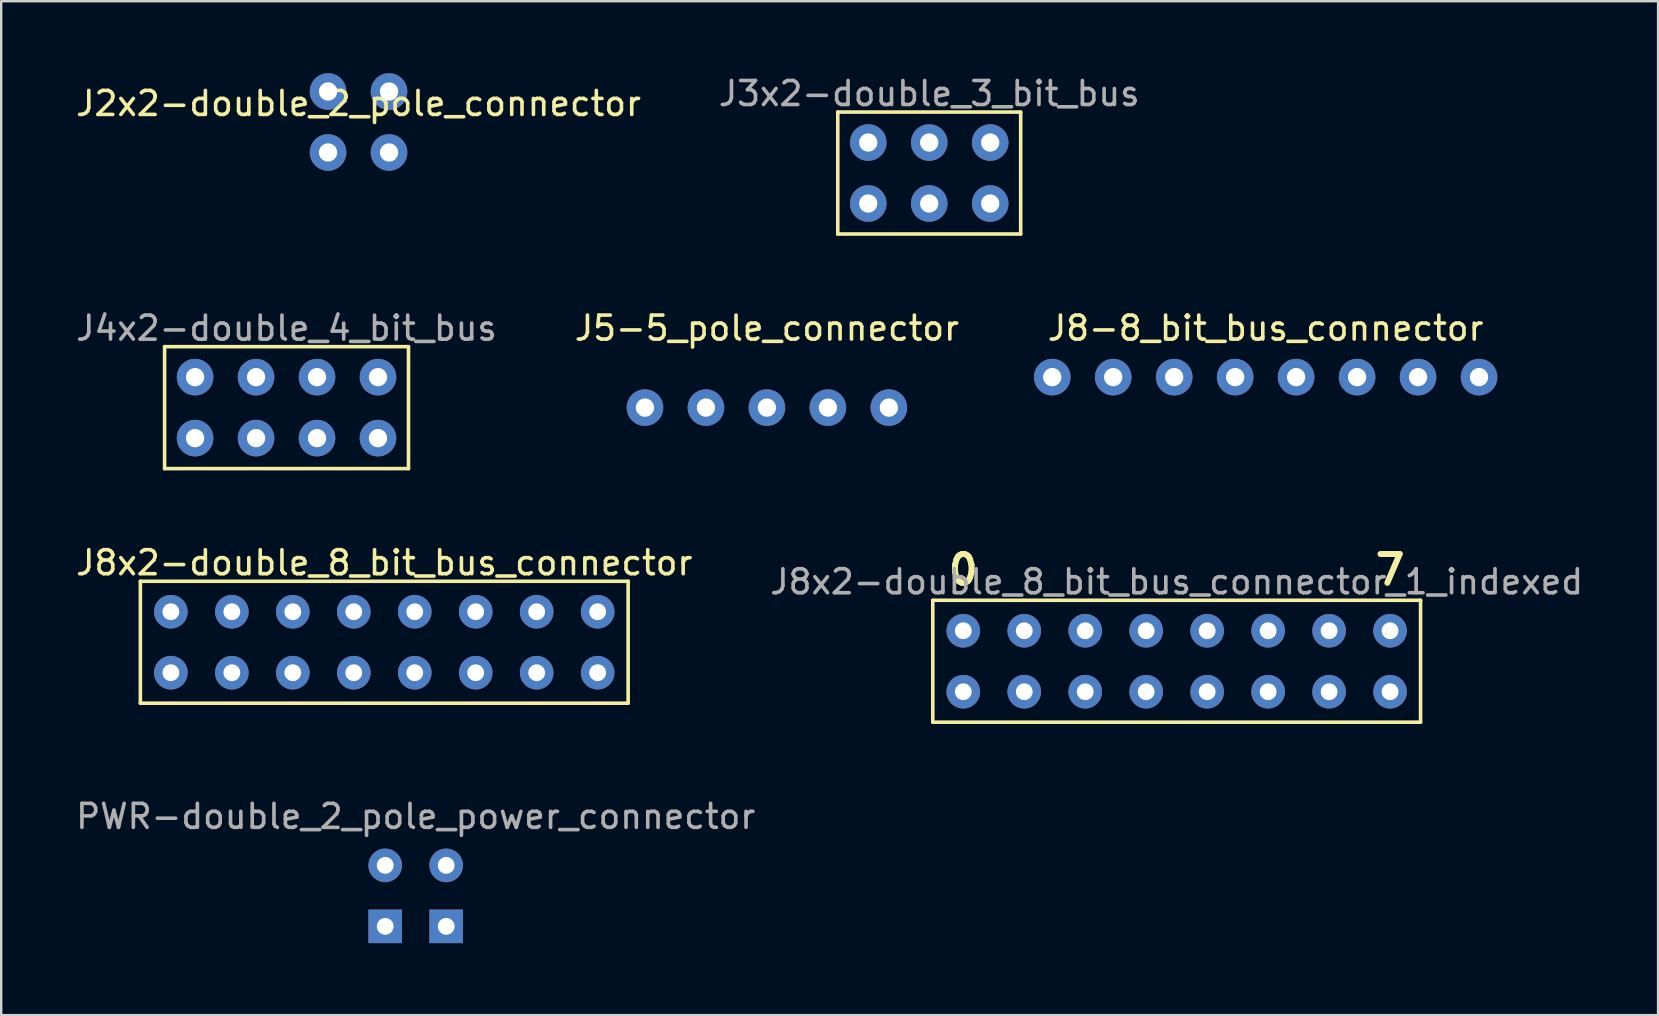
<source format=kicad_pcb>
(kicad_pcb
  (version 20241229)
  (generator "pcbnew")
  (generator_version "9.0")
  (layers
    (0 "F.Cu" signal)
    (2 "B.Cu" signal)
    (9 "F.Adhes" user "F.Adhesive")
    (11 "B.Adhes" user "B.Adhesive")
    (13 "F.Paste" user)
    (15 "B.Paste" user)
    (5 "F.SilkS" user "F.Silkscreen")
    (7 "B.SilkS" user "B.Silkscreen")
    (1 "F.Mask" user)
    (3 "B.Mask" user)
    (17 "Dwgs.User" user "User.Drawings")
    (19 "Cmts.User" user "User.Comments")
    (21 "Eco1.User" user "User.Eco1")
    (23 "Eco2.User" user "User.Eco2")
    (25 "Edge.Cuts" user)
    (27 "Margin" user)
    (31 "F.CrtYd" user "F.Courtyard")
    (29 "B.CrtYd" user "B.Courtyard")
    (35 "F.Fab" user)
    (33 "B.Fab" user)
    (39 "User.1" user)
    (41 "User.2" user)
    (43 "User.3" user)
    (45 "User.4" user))
  (footprint "PWR-double_2_pole_power_connector"
    (layer "F.Cu")
    (at 12.998 33.001)
    (property "Reference" "PWR-double_2_pole_power_connector" (at 1.27 -2.04 0) (layer "F.Fab") (effects (font (size 1 1) (thickness 0.15))))
    (attr through_hole)
    (pad "1" thru_hole rect (at 0 2.54 90) (size 1.4 1.4) (drill 0.7) (layers "*.Cu" "*.Mask"))
    (pad "1" thru_hole rect (at 2.54 2.54 90) (size 1.4 1.4) (drill 0.7) (layers "*.Cu" "*.Mask"))
    (pad "2" thru_hole circle (at 0 0 90) (size 1.4 1.4) (drill 0.7) (layers "*.Cu" "*.Mask"))
    (pad "2" thru_hole circle (at 2.54 0 90) (size 1.4 1.4) (drill 0.7) (layers "*.Cu" "*.Mask")))
  (footprint "J4x2-double_4_bit_bus"
    (layer "F.Cu")
    (at 5.077 12.662)
    (property "Reference" "J4x2-double_4_bit_bus" (at 3.81 -2.04 0) (layer "F.Fab") (effects (font (size 1 1) (thickness 0.15))))
    (attr through_hole)
    (fp_line (start -1.27 -1.27) (end 8.89 -1.27) (stroke (width 0.15) (type solid)) (layer "F.SilkS"))
    (fp_line (start -1.27 3.81) (end -1.27 -1.27) (stroke (width 0.15) (type solid)) (layer "F.SilkS"))
    (fp_line (start 8.89 -1.27) (end 8.89 3.81) (stroke (width 0.15) (type solid)) (layer "F.SilkS"))
    (fp_line (start 8.89 3.81) (end -1.27 3.81) (stroke (width 0.15) (type solid)) (layer "F.SilkS"))
    (pad "1" thru_hole circle (at 0 0) (size 1.524 1.524) (drill 0.762) (layers "*.Cu" "*.Mask"))
    (pad "1" thru_hole circle (at 0 2.54) (size 1.524 1.524) (drill 0.762) (layers "*.Cu" "*.Mask"))
    (pad "2" thru_hole circle (at 2.54 0) (size 1.524 1.524) (drill 0.762) (layers "*.Cu" "*.Mask"))
    (pad "2" thru_hole circle (at 2.54 2.54) (size 1.524 1.524) (drill 0.762) (layers "*.Cu" "*.Mask"))
    (pad "3" thru_hole circle (at 5.08 0) (size 1.524 1.524) (drill 0.762) (layers "*.Cu" "*.Mask"))
    (pad "3" thru_hole circle (at 5.08 2.54) (size 1.524 1.524) (drill 0.762) (layers "*.Cu" "*.Mask"))
    (pad "4" thru_hole circle (at 7.62 0) (size 1.524 1.524) (drill 0.762) (layers "*.Cu" "*.Mask"))
    (pad "4" thru_hole circle (at 7.62 2.54) (size 1.524 1.524) (drill 0.762) (layers "*.Cu" "*.Mask")))
  (footprint "J8x2-double_8_bit_bus_connector"
    (layer "F.Cu")
    (at 4.068 22.435)
    (property "Reference" "J8x2-double_8_bit_bus_connector" (at 8.89 -2.04 0) (layer "F.SilkS") (effects (font (size 1 1) (thickness 0.15))))
    (attr through_hole)
    (fp_line (start -1.27 -1.27) (end 19.05 -1.27) (stroke (width 0.15) (type solid)) (layer "F.SilkS"))
    (fp_line (start -1.27 3.81) (end -1.27 -1.27) (stroke (width 0.15) (type solid)) (layer "F.SilkS"))
    (fp_line (start 19.05 -1.27) (end 19.05 3.81) (stroke (width 0.15) (type solid)) (layer "F.SilkS"))
    (fp_line (start 19.05 3.81) (end -1.27 3.81) (stroke (width 0.15) (type solid)) (layer "F.SilkS"))
    (pad "0" thru_hole circle (at 0 0) (size 1.4 1.4) (drill 0.7) (layers "*.Cu" "*.Mask"))
    (pad "0" thru_hole circle (at 0 2.54) (size 1.4 1.4) (drill 0.7) (layers "*.Cu" "*.Mask"))
    (pad "1" thru_hole circle (at 2.54 0) (size 1.4 1.4) (drill 0.7) (layers "*.Cu" "*.Mask"))
    (pad "1" thru_hole circle (at 2.54 2.54) (size 1.4 1.4) (drill 0.7) (layers "*.Cu" "*.Mask"))
    (pad "2" thru_hole circle (at 5.08 0) (size 1.4 1.4) (drill 0.7) (layers "*.Cu" "*.Mask"))
    (pad "2" thru_hole circle (at 5.08 2.54) (size 1.4 1.4) (drill 0.7) (layers "*.Cu" "*.Mask"))
    (pad "3" thru_hole circle (at 7.62 0) (size 1.4 1.4) (drill 0.7) (layers "*.Cu" "*.Mask"))
    (pad "3" thru_hole circle (at 7.62 2.54) (size 1.4 1.4) (drill 0.7) (layers "*.Cu" "*.Mask"))
    (pad "4" thru_hole circle (at 10.16 0) (size 1.4 1.4) (drill 0.7) (layers "*.Cu" "*.Mask"))
    (pad "4" thru_hole circle (at 10.16 2.54) (size 1.4 1.4) (drill 0.7) (layers "*.Cu" "*.Mask"))
    (pad "5" thru_hole circle (at 12.7 0) (size 1.4 1.4) (drill 0.7) (layers "*.Cu" "*.Mask"))
    (pad "5" thru_hole circle (at 12.7 2.54) (size 1.4 1.4) (drill 0.7) (layers "*.Cu" "*.Mask"))
    (pad "6" thru_hole circle (at 15.24 0) (size 1.4 1.4) (drill 0.7) (layers "*.Cu" "*.Mask"))
    (pad "6" thru_hole circle (at 15.24 2.54) (size 1.4 1.4) (drill 0.7) (layers "*.Cu" "*.Mask"))
    (pad "7" thru_hole circle (at 17.78 0) (size 1.4 1.4) (drill 0.7) (layers "*.Cu" "*.Mask"))
    (pad "7" thru_hole circle (at 17.78 2.54) (size 1.4 1.4) (drill 0.7) (layers "*.Cu" "*.Mask")))
  (footprint "J5-5_pole_connector"
    (layer "F.Cu")
    (at 28.899 10.121)
    (property "Reference" "J5-5_pole_connector" (at 0 0.5 0) (layer "F.SilkS") (effects (font (size 1 1) (thickness 0.15))))
    (attr through_hole)
    (pad "1" thru_hole circle (at -5.08 3.81) (size 1.524 1.524) (drill 0.762) (layers "*.Cu" "*.Mask"))
    (pad "2" thru_hole circle (at -2.54 3.81) (size 1.524 1.524) (drill 0.762) (layers "*.Cu" "*.Mask"))
    (pad "3" thru_hole circle (at 0 3.81) (size 1.524 1.524) (drill 0.762) (layers "*.Cu" "*.Mask"))
    (pad "4" thru_hole circle (at 2.54 3.81) (size 1.524 1.524) (drill 0.762) (layers "*.Cu" "*.Mask"))
    (pad "5" thru_hole circle (at 5.08 3.81) (size 1.524 1.524) (drill 0.762) (layers "*.Cu" "*.Mask")))
  (footprint "J3x2-double_3_bit_bus"
    (layer "F.Cu")
    (at 33.121 2.888)
    (property "Reference" "J3x2-double_3_bit_bus" (at 2.54 -2.04 0) (layer "F.Fab") (effects (font (size 1 1) (thickness 0.15))))
    (attr through_hole)
    (fp_line (start -1.27 -1.27) (end 6.35 -1.27) (stroke (width 0.15) (type solid)) (layer "F.SilkS"))
    (fp_line (start -1.27 3.81) (end -1.27 -1.27) (stroke (width 0.15) (type solid)) (layer "F.SilkS"))
    (fp_line (start 6.35 -1.27) (end 6.35 3.81) (stroke (width 0.15) (type solid)) (layer "F.SilkS"))
    (fp_line (start 6.35 3.81) (end -1.27 3.81) (stroke (width 0.15) (type solid)) (layer "F.SilkS"))
    (pad "1" thru_hole circle (at 0 0) (size 1.524 1.524) (drill 0.762) (layers "*.Cu" "*.Mask"))
    (pad "1" thru_hole circle (at 0 2.54) (size 1.524 1.524) (drill 0.762) (layers "*.Cu" "*.Mask"))
    (pad "2" thru_hole circle (at 2.54 0) (size 1.524 1.524) (drill 0.762) (layers "*.Cu" "*.Mask"))
    (pad "2" thru_hole circle (at 2.54 2.54) (size 1.524 1.524) (drill 0.762) (layers "*.Cu" "*.Mask"))
    (pad "3" thru_hole circle (at 5.08 0) (size 1.524 1.524) (drill 0.762) (layers "*.Cu" "*.Mask"))
    (pad "3" thru_hole circle (at 5.08 2.54) (size 1.524 1.524) (drill 0.762) (layers "*.Cu" "*.Mask")))
  (footprint "J2x2-double_2_pole_connector"
    (layer "F.Cu")
    (at 10.617 0.762)
    (property "Reference" "J2x2-double_2_pole_connector" (at 1.27 0.5 0) (layer "F.SilkS") (effects (font (size 1 1) (thickness 0.15))))
    (attr through_hole)
    (pad "1" thru_hole circle (at 0 0) (size 1.524 1.524) (drill 0.762) (layers "*.Cu" "*.Mask"))
    (pad "1" thru_hole circle (at 0 2.54) (size 1.524 1.524) (drill 0.762) (layers "*.Cu" "*.Mask"))
    (pad "2" thru_hole circle (at 2.54 0) (size 1.524 1.524) (drill 0.762) (layers "*.Cu" "*.Mask"))
    (pad "2" thru_hole circle (at 2.54 2.54) (size 1.524 1.524) (drill 0.762) (layers "*.Cu" "*.Mask")))
  (footprint "J8-8_bit_bus_connector"
    (layer "F.Cu")
    (at 49.676 10.121)
    (property "Reference" "J8-8_bit_bus_connector" (at 0 0.5 0) (layer "F.SilkS") (effects (font (size 1 1) (thickness 0.15))))
    (attr through_hole)
    (pad "0" thru_hole circle (at -8.89 2.54) (size 1.524 1.524) (drill 0.762) (layers "*.Cu" "*.Mask"))
    (pad "1" thru_hole circle (at -6.35 2.54) (size 1.524 1.524) (drill 0.762) (layers "*.Cu" "*.Mask"))
    (pad "2" thru_hole circle (at -3.81 2.54) (size 1.524 1.524) (drill 0.762) (layers "*.Cu" "*.Mask"))
    (pad "3" thru_hole circle (at -1.27 2.54) (size 1.524 1.524) (drill 0.762) (layers "*.Cu" "*.Mask"))
    (pad "4" thru_hole circle (at 1.27 2.54) (size 1.524 1.524) (drill 0.762) (layers "*.Cu" "*.Mask"))
    (pad "5" thru_hole circle (at 3.81 2.54) (size 1.524 1.524) (drill 0.762) (layers "*.Cu" "*.Mask"))
    (pad "6" thru_hole circle (at 6.35 2.54) (size 1.524 1.524) (drill 0.762) (layers "*.Cu" "*.Mask"))
    (pad "7" thru_hole circle (at 8.89 2.54) (size 1.524 1.524) (drill 0.762) (layers "*.Cu" "*.Mask")))
  (footprint "J8x2-double_8_bit_bus_connector_1_indexed"
    (layer "F.Cu")
    (at 37.08 23.227)
    (property "Reference" "J8x2-double_8_bit_bus_connector_1_indexed" (at 8.89 -2.04 0) (layer "F.Fab") (effects (font (size 1 1) (thickness 0.15))))
    (attr through_hole)
    (fp_line (start -1.27 -1.27) (end 19.05 -1.27) (stroke (width 0.15) (type solid)) (layer "F.SilkS"))
    (fp_line (start -1.27 3.81) (end -1.27 -1.27) (stroke (width 0.15) (type solid)) (layer "F.SilkS"))
    (fp_line (start 19.05 -1.27) (end 19.05 3.81) (stroke (width 0.15) (type solid)) (layer "F.SilkS"))
    (fp_line (start 19.05 3.81) (end -1.27 3.81) (stroke (width 0.15) (type solid)) (layer "F.SilkS"))
    (fp_text user "7" (at 17.78 -2.54 0) (layer "F.SilkS") (effects (font (size 1.2 1.2) (thickness 0.25))))
    (fp_text user "0" (at 0 -2.54 0) (layer "F.SilkS") (effects (font (size 1.2 1.2) (thickness 0.25))))
    (pad "1" thru_hole circle (at 0 0) (size 1.4 1.4) (drill 0.7) (layers "*.Cu" "*.Mask"))
    (pad "1" thru_hole circle (at 0 2.54) (size 1.4 1.4) (drill 0.7) (layers "*.Cu" "*.Mask"))
    (pad "2" thru_hole circle (at 2.54 0) (size 1.4 1.4) (drill 0.7) (layers "*.Cu" "*.Mask"))
    (pad "2" thru_hole circle (at 2.54 2.54) (size 1.4 1.4) (drill 0.7) (layers "*.Cu" "*.Mask"))
    (pad "3" thru_hole circle (at 5.08 0) (size 1.4 1.4) (drill 0.7) (layers "*.Cu" "*.Mask"))
    (pad "3" thru_hole circle (at 5.08 2.54) (size 1.4 1.4) (drill 0.7) (layers "*.Cu" "*.Mask"))
    (pad "4" thru_hole circle (at 7.62 0) (size 1.4 1.4) (drill 0.7) (layers "*.Cu" "*.Mask"))
    (pad "4" thru_hole circle (at 7.62 2.54) (size 1.4 1.4) (drill 0.7) (layers "*.Cu" "*.Mask"))
    (pad "5" thru_hole circle (at 10.16 0) (size 1.4 1.4) (drill 0.7) (layers "*.Cu" "*.Mask"))
    (pad "5" thru_hole circle (at 10.16 2.54) (size 1.4 1.4) (drill 0.7) (layers "*.Cu" "*.Mask"))
    (pad "6" thru_hole circle (at 12.7 0) (size 1.4 1.4) (drill 0.7) (layers "*.Cu" "*.Mask"))
    (pad "6" thru_hole circle (at 12.7 2.54) (size 1.4 1.4) (drill 0.7) (layers "*.Cu" "*.Mask"))
    (pad "7" thru_hole circle (at 15.24 0) (size 1.4 1.4) (drill 0.7) (layers "*.Cu" "*.Mask"))
    (pad "7" thru_hole circle (at 15.24 2.54) (size 1.4 1.4) (drill 0.7) (layers "*.Cu" "*.Mask"))
    (pad "8" thru_hole circle (at 17.78 0) (size 1.4 1.4) (drill 0.7) (layers "*.Cu" "*.Mask"))
    (pad "8" thru_hole circle (at 17.78 2.54) (size 1.4 1.4) (drill 0.7) (layers "*.Cu" "*.Mask")))
  (gr_rect
    (start -3 -3)
    (end 66.024 39.24)
    (stroke (width 0.1) (type default))
    (fill no)
    (layer "Edge.Cuts")))
</source>
